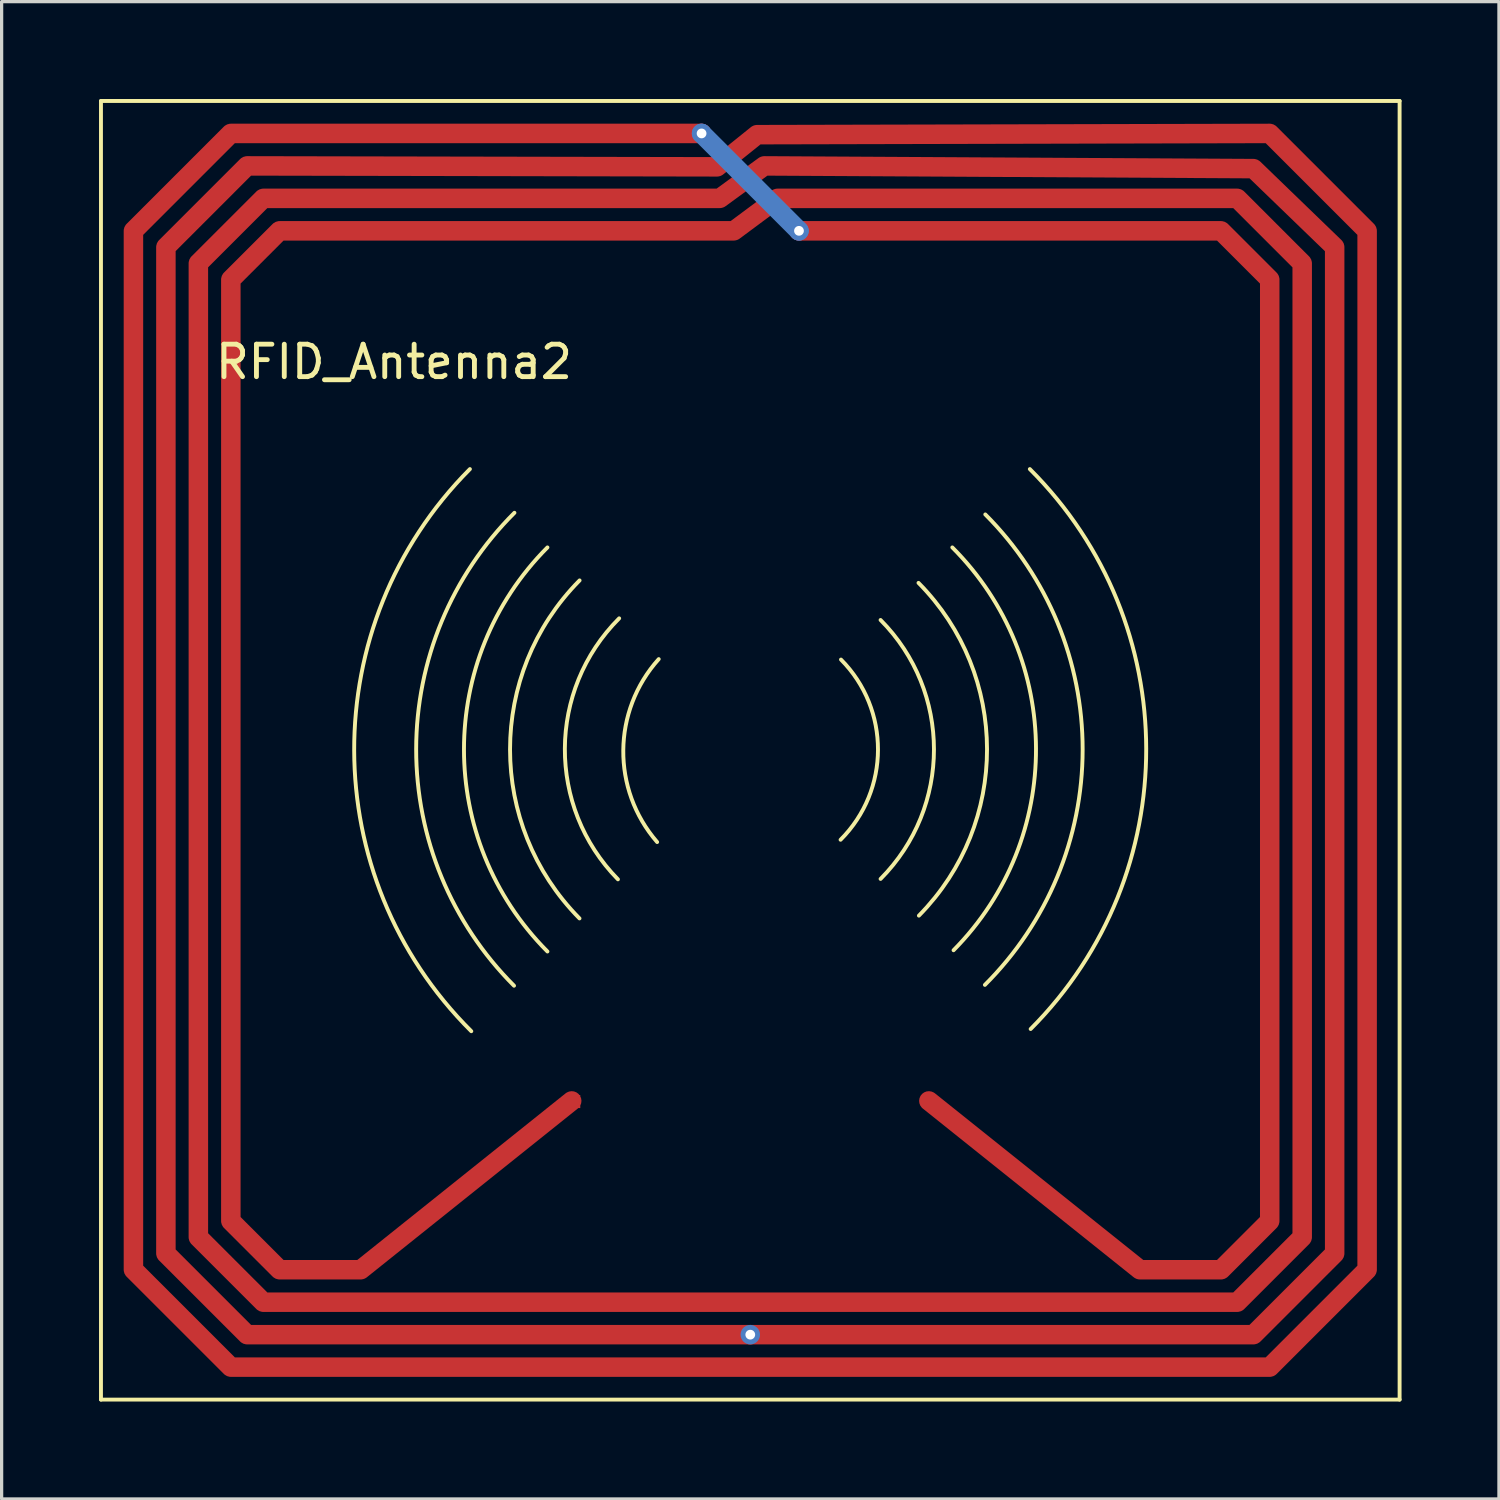
<source format=kicad_pcb>
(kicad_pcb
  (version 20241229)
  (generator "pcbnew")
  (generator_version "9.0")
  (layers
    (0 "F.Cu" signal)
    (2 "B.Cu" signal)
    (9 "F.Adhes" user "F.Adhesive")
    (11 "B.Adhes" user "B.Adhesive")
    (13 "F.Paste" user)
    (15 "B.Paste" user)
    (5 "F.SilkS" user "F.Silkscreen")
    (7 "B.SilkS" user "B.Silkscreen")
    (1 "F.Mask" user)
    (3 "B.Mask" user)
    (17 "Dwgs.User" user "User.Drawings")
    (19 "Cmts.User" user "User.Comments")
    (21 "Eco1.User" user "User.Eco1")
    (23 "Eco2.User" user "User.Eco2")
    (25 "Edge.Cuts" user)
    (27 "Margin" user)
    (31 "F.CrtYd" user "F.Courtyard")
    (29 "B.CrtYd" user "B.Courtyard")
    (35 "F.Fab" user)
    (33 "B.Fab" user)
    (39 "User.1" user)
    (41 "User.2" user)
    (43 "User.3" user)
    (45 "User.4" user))
  (footprint "RFID_Antenna2"
    (layer "F.Cu")
    (at 20.06 20.06)
    (property "Reference" "RFID_Antenna2" (at -10.973 -11.963 0) (unlocked yes) (layer "F.SilkS") (effects (font (size 1 1) (thickness 0.15))))
    (attr smd)
    (fp_line (start 1.5 -16) (end -1.5 -19) (stroke (width 0.6) (type default)) (layer "B.Cu"))
    (fp_line (start -20 -20) (end -20 20) (stroke (width 0.12) (type default)) (layer "F.SilkS"))
    (fp_line (start -20 20) (end 20 20) (stroke (width 0.12) (type default)) (layer "F.SilkS"))
    (fp_line (start 20 -20) (end -20 -20) (stroke (width 0.12) (type default)) (layer "F.SilkS"))
    (fp_line (start 20 20) (end 20 -20) (stroke (width 0.12) (type default)) (layer "F.SilkS"))
    (fp_arc (start -8.593213 8.653176) (mid -12.200572 0.00475) (end -8.636 -8.6614) (stroke (width 0.12) (type default)) (layer "F.SilkS"))
    (fp_arc (start -7.277111 7.251711) (mid -10.291385 -0.03438) (end -7.2644 -7.3152) (stroke (width 0.12) (type default)) (layer "F.SilkS"))
    (fp_arc (start -6.248246 6.197753) (mid -8.818629 -0.025291) (end -6.248399 -6.248399) (stroke (width 0.12) (type default)) (layer "F.SilkS"))
    (fp_arc (start -5.260367 5.179006) (mid -7.399818 -0.027225) (end -5.2578 -5.2324) (stroke (width 0.12) (type default)) (layer "F.SilkS"))
    (fp_arc (start -4.076399 3.975043) (mid -5.711379 -0.052255) (end -4.038599 -4.063999) (stroke (width 0.12) (type default)) (layer "F.SilkS"))
    (fp_arc (start -2.869174 2.826761) (mid -3.9116 0) (end -2.82008 -2.808169) (stroke (width 0.12) (type default)) (layer "F.SilkS"))
    (fp_arc (start 2.794 -2.794) (mid 3.933383 -0.01642) (end 2.781329 2.755929) (stroke (width 0.12) (type default)) (layer "F.SilkS"))
    (fp_arc (start 4.013199 -4.013199) (mid 5.657588 -0.025574) (end 4.013445 3.962152) (stroke (width 0.12) (type default)) (layer "F.SilkS"))
    (fp_arc (start 5.1816 -5.1562) (mid 7.292051 -0.034052) (end 5.193761 5.093089) (stroke (width 0.12) (type default)) (layer "F.SilkS"))
    (fp_arc (start 6.222999 -6.248399) (mid 8.800608 -0.052506) (end 6.261215 6.159147) (stroke (width 0.12) (type default)) (layer "F.SilkS"))
    (fp_arc (start 7.238999 -7.264399) (mid 10.237487 -0.016467) (end 7.226355 7.226222) (stroke (width 0.12) (type default)) (layer "F.SilkS"))
    (fp_arc (start 8.6106 -8.6614) (mid 12.195188 -0.043361) (end 8.636 8.5852) (stroke (width 0.12) (type default)) (layer "F.SilkS"))
    (pad "1" smd custom (at -5.436 10.82) (size 0.4 0.4) (layers "F.Cu") (options (anchor rect)) (primitives (gr_line (start -6.564 5.18) (end -0.064 -0.02) (width 0.6)) (gr_line (start -9.064 5.18) (end -6.564 5.18) (width 0.6)) (gr_line (start -10.564 3.68) (end -9.064 5.18) (width 0.6)) (gr_line (start -10.564 -25.32) (end -10.564 3.68) (width 0.6)) (gr_line (start -9.064 -26.82) (end -10.564 -25.32) (width 0.6)) (gr_line (start 4.928 -26.82) (end -9.064 -26.82) (width 0.6)) (gr_line (start 6.274 -27.82) (end 4.928 -26.82) (width 0.6)) (gr_line (start 20.436 -27.82) (end 6.274 -27.82) (width 0.6)) (gr_line (start 22.436 -25.82) (end 20.436 -27.82) (width 0.6)) (gr_line (start 22.436 4.18) (end 22.436 -25.82) (width 0.6)) (gr_line (start 20.436 6.18) (end 22.436 4.18) (width 0.6)) (gr_line (start -9.564 6.18) (end 20.436 6.18) (width 0.6)) (gr_line (start -11.564 4.18) (end -9.564 6.18) (width 0.6)) (gr_line (start -11.564 -25.82) (end -11.564 4.18) (width 0.6)) (gr_line (start -9.564 -27.82) (end -11.564 -25.82) (width 0.6)) (gr_line (start 4.496 -27.82) (end -9.564 -27.82) (width 0.6)) (gr_line (start 5.867 -28.82) (end 4.496 -27.82) (width 0.6)) (gr_line (start 20.936 -28.736) (end 5.867 -28.82) (width 0.6)) (gr_line (start 23.436 -26.32) (end 20.936 -28.736) (width 0.6)) (gr_line (start 23.436 4.68) (end 23.436 -26.32) (width 0.6)) (gr_line (start 20.936 7.18) (end 23.436 4.68) (width 0.6)) (gr_line (start -10.064 7.18) (end 20.936 7.18) (width 0.6)) (gr_line (start -12.564 4.68) (end -10.064 7.18) (width 0.6)) (gr_line (start -12.564 -26.32) (end -12.564 4.68) (width 0.6)) (gr_line (start -10.064 -28.82) (end -12.564 -26.32) (width 0.6)) (gr_line (start -10.064 -28.82) (end 4.413 -28.791) (width 0.6)) (gr_line (start 4.413 -28.791) (end 5.645 -29.782) (width 0.6)) (gr_line (start 5.645 -29.782) (end 21.436 -29.82) (width 0.6)) (gr_line (start 21.436 -29.82) (end 24.436 -26.82) (width 0.6)) (gr_line (start 24.436 -26.82) (end 24.436 5.18) (width 0.6)) (gr_line (start 24.436 5.18) (end 21.436 8.18) (width 0.6)) (gr_line (start 21.436 8.18) (end -10.564 8.18) (width 0.6)) (gr_line (start -10.564 8.18) (end -13.564 5.18) (width 0.6)) (gr_line (start -13.564 5.18) (end -13.564 -26.82) (width 0.6)) (gr_line (start -13.564 -26.82) (end -10.564 -29.82) (width 0.6)) (gr_line (start 3.936 -29.82) (end -10.564 -29.82) (width 0.6))))
    (pad "1" thru_hole circle (at -1.5 -19) (size 0.6 0.6) (drill 0.3) (layers "*.Cu"))
    (pad "1" thru_hole circle (at 1.5 -16) (size 0.6 0.6) (drill 0.3) (layers "*.Cu"))
    (pad "2" smd custom (at 5.486 10.82) (size 0.3 0.3) (layers "F.Cu") (options (anchor circle)) (primitives (gr_poly (pts (xy -0.15 -0.075) (xy -0.144 -0.104) (xy -0.128 -0.128) (xy -0.104 -0.144) (xy -0.075 -0.15) (xy 0.075 -0.15) (xy 0.104 -0.144) (xy 0.128 -0.128) (xy 0.144 -0.104) (xy 0.15 -0.075) (xy 0.15 0.075) (xy 0.144 0.104) (xy 0.128 0.128) (xy 0.104 0.144) (xy 0.075 0.15) (xy -0.075 0.15) (xy -0.104 0.144) (xy -0.128 0.128) (xy -0.144 0.104) (xy -0.15 0.075)) (width 0) (fill yes)) (gr_line (start 6.514 5.18) (end 0.014 -0.02) (width 0.6)) (gr_line (start 9.014 5.18) (end 6.514 5.18) (width 0.6)) (gr_line (start 10.514 3.68) (end 9.014 5.18) (width 0.6)) (gr_line (start 10.514 3.68) (end 10.514 -25.32) (width 0.6)) (gr_line (start 10.514 -25.32) (end 9.014 -26.82) (width 0.6)) (gr_line (start 9.014 -26.82) (end -3.986 -26.82) (width 0.6))))
    (pad "3" thru_hole circle (at 0 18) (size 0.6 0.6) (drill 0.3) (layers "*.Cu")))
  (gr_rect
    (start -3 -3)
    (end 43.12 43.12)
    (stroke (width 0.1) (type default))
    (fill no)
    (layer "Edge.Cuts")))
</source>
